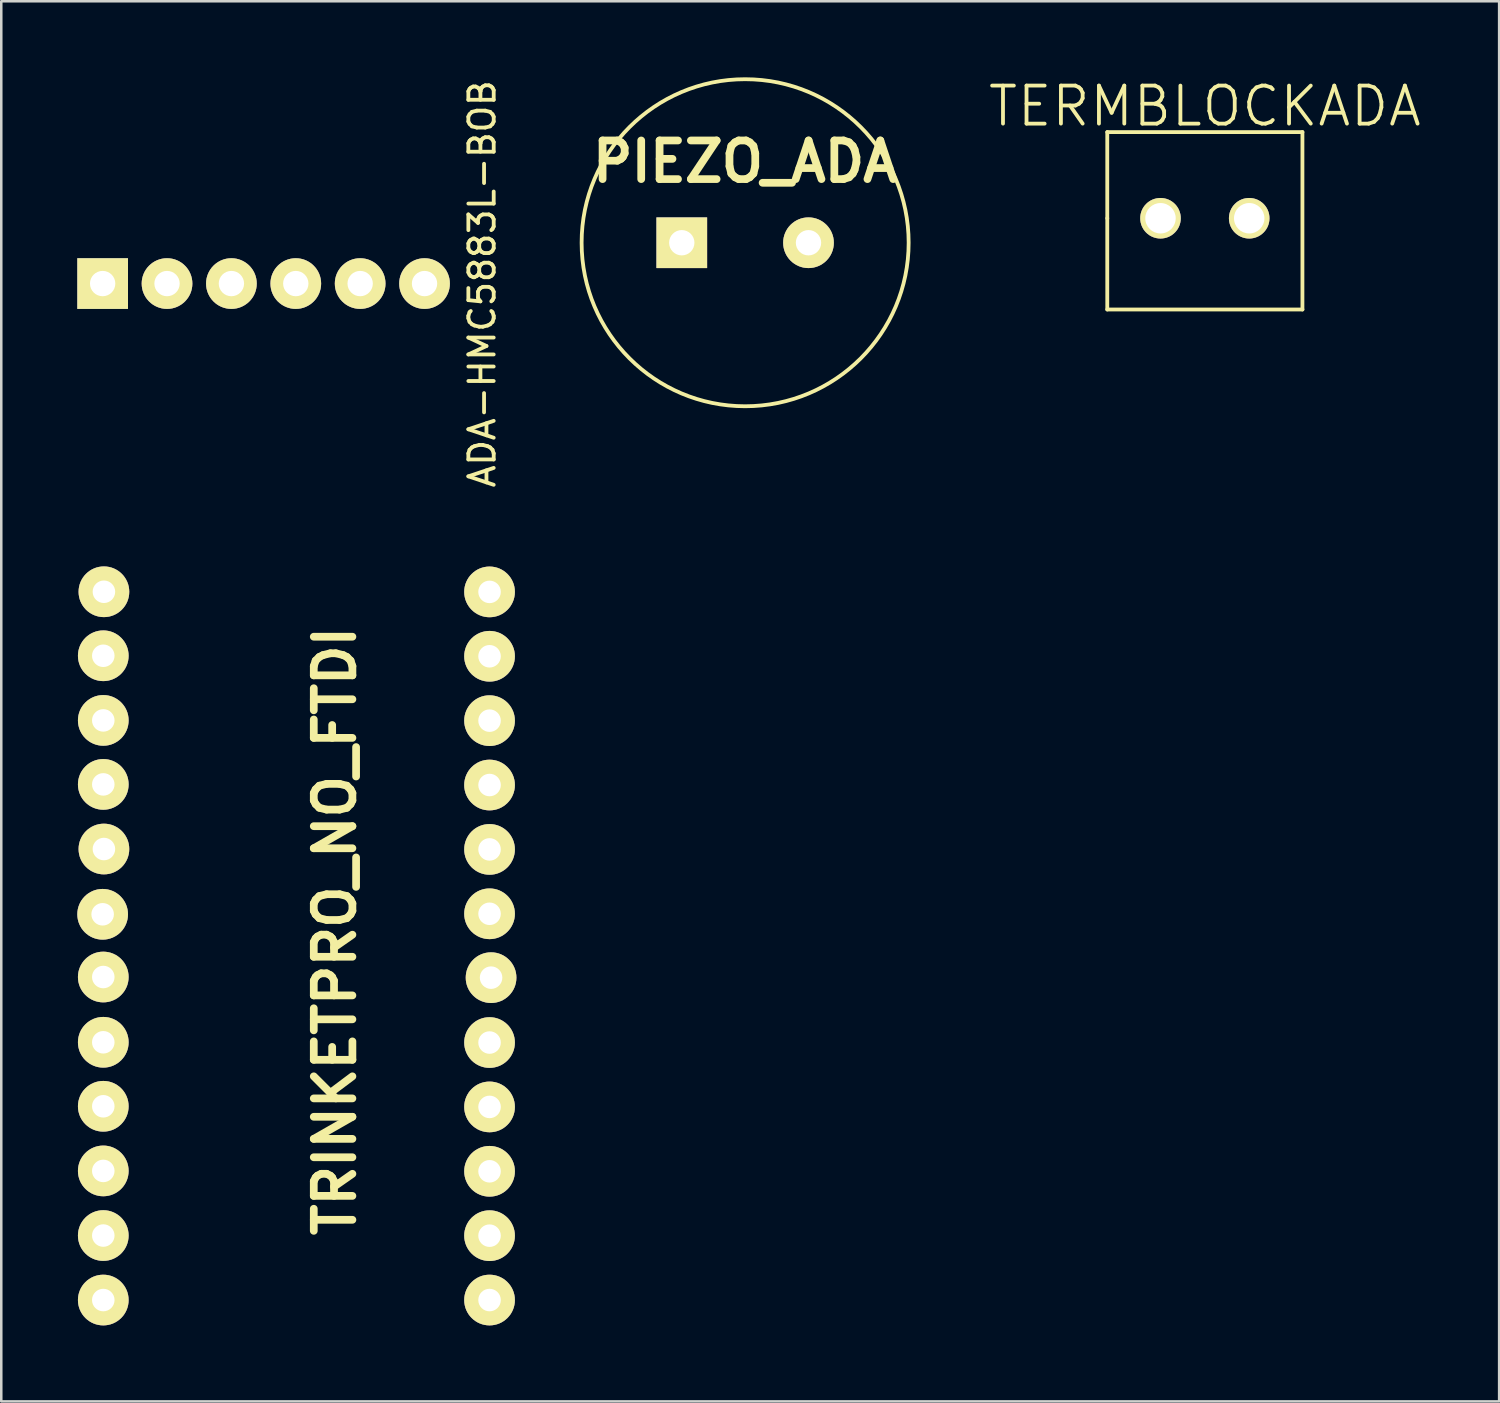
<source format=kicad_pcb>
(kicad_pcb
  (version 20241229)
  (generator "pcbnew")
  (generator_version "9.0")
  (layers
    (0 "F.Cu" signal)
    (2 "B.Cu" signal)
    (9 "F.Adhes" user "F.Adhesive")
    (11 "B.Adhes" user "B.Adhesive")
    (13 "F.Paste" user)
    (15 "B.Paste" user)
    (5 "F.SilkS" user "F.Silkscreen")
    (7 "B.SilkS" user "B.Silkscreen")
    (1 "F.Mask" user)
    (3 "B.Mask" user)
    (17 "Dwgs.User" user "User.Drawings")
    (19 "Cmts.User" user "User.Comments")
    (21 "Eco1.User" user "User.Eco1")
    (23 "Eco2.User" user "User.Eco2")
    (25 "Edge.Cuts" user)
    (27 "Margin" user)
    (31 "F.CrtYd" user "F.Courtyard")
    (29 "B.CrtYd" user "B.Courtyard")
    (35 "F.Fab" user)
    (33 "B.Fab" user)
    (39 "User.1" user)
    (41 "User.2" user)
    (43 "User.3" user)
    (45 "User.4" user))
  (footprint "PIEZO_ADA"
    (placed yes)
    (layer "F.Cu")
    (at 26.349 6.527)
    (property "Reference" "PIEZO_ADA" (at 0 -3.2 0) (layer "F.SilkS") (effects (font (size 1.524 1.524) (thickness 0.305))))
    (attr through_hole)
    (fp_circle (center 0 0) (end -6.45 -0.15) (stroke (width 0.15) (type solid)) (fill no) (layer "F.SilkS"))
    (pad "1" thru_hole rect (at -2.5 0) (size 2 2) (drill 1) (layers "*.Cu" "*.Mask" "F.SilkS"))
    (pad "2" thru_hole circle (at 2.5 0) (size 2 2) (drill 1) (layers "*.Cu" "*.Mask" "F.SilkS")))
  (footprint "ADA-HMC5883L-BOB"
    (layer "F.Cu")
    (at 7.35 8.138)
    (property "Reference" "ADA-HMC5883L-BOB" (at 8.624 0.011 90) (layer "F.SilkS") (effects (font (size 1 1) (thickness 0.15))))
    (attr through_hole)
    (pad "1" thru_hole rect (at -6.35 0) (size 2 2) (drill 1) (layers "*.Cu" "*.Mask" "F.SilkS"))
    (pad "2" thru_hole circle (at -3.81 0) (size 2 2) (drill 1) (layers "*.Cu" "*.Mask" "F.SilkS"))
    (pad "3" thru_hole circle (at -1.27 0) (size 2 2) (drill 1) (layers "*.Cu" "*.Mask" "F.SilkS"))
    (pad "4" thru_hole circle (at 1.27 0) (size 2 2) (drill 1) (layers "*.Cu" "*.Mask" "F.SilkS"))
    (pad "5" thru_hole circle (at 3.81 0) (size 2 2) (drill 1) (layers "*.Cu" "*.Mask" "F.SilkS"))
    (pad "6" thru_hole circle (at 6.35 0) (size 2 2) (drill 1) (layers "*.Cu" "*.Mask" "F.SilkS")))
  (footprint "TRINKETPRO_NO_FTDI"
    (layer "F.Cu")
    (at 7.875 33.623)
    (property "Reference" "TRINKETPRO_NO_FTDI" (at 2.29 0.06 90) (layer "F.SilkS") (effects (font (size 1.524 1.524) (thickness 0.305))))
    (attr through_hole)
    (pad "1" thru_hole circle (at -6.825 -13.325) (size 2 2) (drill 0.889) (layers "*.Cu" "*.Mask" "F.SilkS"))
    (pad "2" thru_hole circle (at -6.85 -10.8) (size 2 2) (drill 0.889) (layers "*.Cu" "*.Mask" "F.SilkS"))
    (pad "3" thru_hole circle (at -6.85 -8.25) (size 2 2) (drill 0.889) (layers "*.Cu" "*.Mask" "F.SilkS"))
    (pad "4" thru_hole circle (at -6.85 -5.725) (size 2 2) (drill 0.889) (layers "*.Cu" "*.Mask" "F.SilkS"))
    (pad "5" thru_hole circle (at -6.825 -3.175) (size 2 2) (drill 0.889) (layers "*.Cu" "*.Mask" "F.SilkS"))
    (pad "6" thru_hole circle (at -6.875 -0.6) (size 2 2) (drill 0.889) (layers "*.Cu" "*.Mask" "F.SilkS"))
    (pad "7" thru_hole circle (at -6.85 1.875) (size 2 2) (drill 0.889) (layers "*.Cu" "*.Mask" "F.SilkS"))
    (pad "8" thru_hole circle (at -6.85 4.45) (size 2 2) (drill 0.889) (layers "*.Cu" "*.Mask" "F.SilkS"))
    (pad "9" thru_hole circle (at -6.85 6.975) (size 2 2) (drill 0.889) (layers "*.Cu" "*.Mask" "F.SilkS"))
    (pad "10" thru_hole circle (at -6.85 9.525) (size 2 2) (drill 0.889) (layers "*.Cu" "*.Mask" "F.SilkS"))
    (pad "11" thru_hole circle (at -6.85 12.075) (size 2 2) (drill 0.889) (layers "*.Cu" "*.Mask" "F.SilkS"))
    (pad "12" thru_hole circle (at -6.85 14.62) (size 2 2) (drill 0.889) (layers "*.Cu" "*.Mask" "F.SilkS"))
    (pad "13" thru_hole circle (at 8.39 -13.32) (size 2 2) (drill 0.889) (layers "*.Cu" "*.Mask" "F.SilkS"))
    (pad "14" thru_hole circle (at 8.39 -10.78) (size 2 2) (drill 0.889) (layers "*.Cu" "*.Mask" "F.SilkS"))
    (pad "15" thru_hole circle (at 8.39 -8.24) (size 2 2) (drill 0.889) (layers "*.Cu" "*.Mask" "F.SilkS"))
    (pad "16" thru_hole circle (at 8.39 -5.7) (size 2 2) (drill 0.889) (layers "*.Cu" "*.Mask" "F.SilkS"))
    (pad "17" thru_hole circle (at 8.39 -3.16) (size 2 2) (drill 0.889) (layers "*.Cu" "*.Mask" "F.SilkS"))
    (pad "18" thru_hole circle (at 8.39 -0.62) (size 2 2) (drill 0.889) (layers "*.Cu" "*.Mask" "F.SilkS"))
    (pad "19" thru_hole circle (at 8.45 1.9) (size 2 2) (drill 0.889) (layers "*.Cu" "*.Mask" "F.SilkS"))
    (pad "20" thru_hole circle (at 8.39 4.46) (size 2 2) (drill 0.889) (layers "*.Cu" "*.Mask" "F.SilkS"))
    (pad "21" thru_hole circle (at 8.39 7) (size 2 2) (drill 0.889) (layers "*.Cu" "*.Mask" "F.SilkS"))
    (pad "22" thru_hole circle (at 8.39 9.54) (size 2 2) (drill 0.889) (layers "*.Cu" "*.Mask" "F.SilkS"))
    (pad "23" thru_hole circle (at 8.39 12.08) (size 2 2) (drill 0.889) (layers "*.Cu" "*.Mask" "F.SilkS"))
    (pad "24" thru_hole circle (at 8.39 14.62) (size 2 2) (drill 0.889) (layers "*.Cu" "*.Mask" "F.SilkS")))
  (footprint "TERMBLOCKADA"
    (layer "F.Cu")
    (at 44.487 5.561)
    (property "Reference" "TERMBLOCKADA" (at 0 -4.42 0) (layer "F.SilkS") (effects (font (size 1.5 1.5) (thickness 0.15))))
    (attr through_hole)
    (fp_line (start -3.85 -3.4) (end 3.85 -3.4) (stroke (width 0.15) (type solid)) (layer "F.SilkS"))
    (fp_line (start -3.85 0) (end -3.85 -3.4) (stroke (width 0.15) (type solid)) (layer "F.SilkS"))
    (fp_line (start -3.85 3.6) (end -3.85 0) (stroke (width 0.15) (type solid)) (layer "F.SilkS"))
    (fp_line (start 3.85 -3.4) (end 3.85 3.6) (stroke (width 0.15) (type solid)) (layer "F.SilkS"))
    (fp_line (start 3.85 3.6) (end -3.85 3.6) (stroke (width 0.15) (type solid)) (layer "F.SilkS"))
    (pad "1" thru_hole circle (at -1.75 0) (size 1.6 1.6) (drill 1.2) (layers "*.Cu" "*.Mask" "F.SilkS"))
    (pad "2" thru_hole circle (at 1.75 0) (size 1.6 1.6) (drill 1.2) (layers "*.Cu" "*.Mask" "F.SilkS")))
  (gr_rect
    (start -3 -3)
    (end 56.098 52.243)
    (stroke (width 0.1) (type default))
    (fill no)
    (layer "Edge.Cuts")))
</source>
